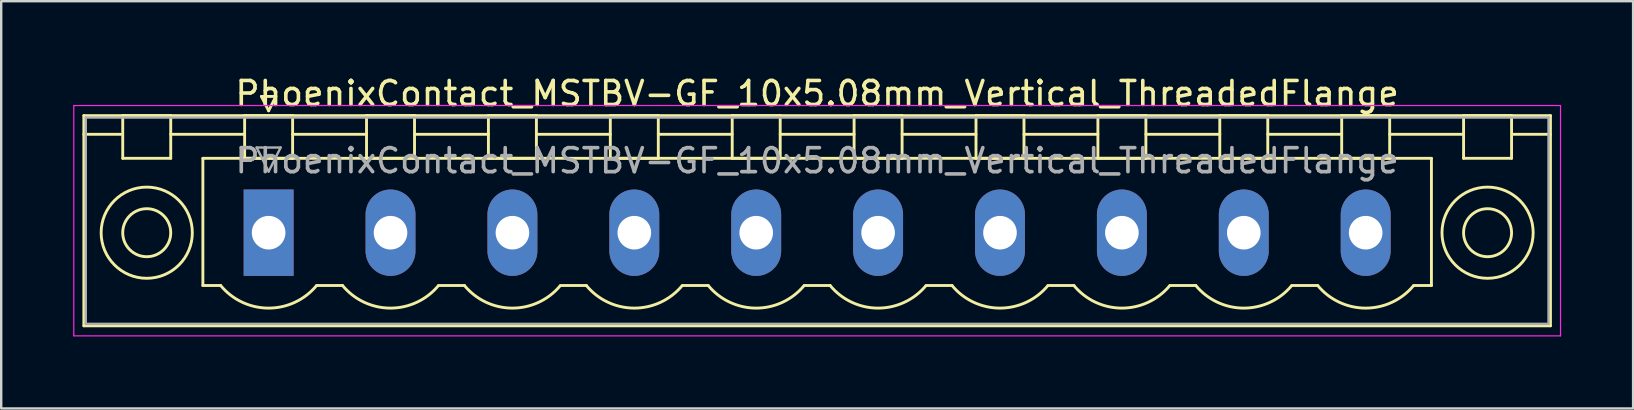
<source format=kicad_pcb>
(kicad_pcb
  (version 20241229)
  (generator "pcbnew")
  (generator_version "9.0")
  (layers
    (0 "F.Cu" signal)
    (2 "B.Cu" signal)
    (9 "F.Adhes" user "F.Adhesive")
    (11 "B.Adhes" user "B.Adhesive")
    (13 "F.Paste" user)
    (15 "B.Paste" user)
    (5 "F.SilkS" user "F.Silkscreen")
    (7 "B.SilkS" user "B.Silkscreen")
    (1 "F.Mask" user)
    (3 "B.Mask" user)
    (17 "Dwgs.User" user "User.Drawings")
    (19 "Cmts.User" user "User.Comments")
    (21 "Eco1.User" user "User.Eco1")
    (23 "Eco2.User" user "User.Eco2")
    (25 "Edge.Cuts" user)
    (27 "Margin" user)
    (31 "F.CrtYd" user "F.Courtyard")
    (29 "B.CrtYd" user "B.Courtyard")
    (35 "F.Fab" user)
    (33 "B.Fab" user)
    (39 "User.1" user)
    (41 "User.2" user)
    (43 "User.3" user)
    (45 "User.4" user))
  (footprint "PhoenixContact_MSTBV-GF_10x5.08mm_Vertical_ThreadedFlange"
    (layer "F.Cu")
    (at 8.145 6.648)
    (property "Reference" "PhoenixContact_MSTBV-GF_10x5.08mm_Vertical_ThreadedFlange" (at 22.86 -5.8 0) (layer "F.SilkS") (effects (font (size 1 1) (thickness 0.15))))
    (attr through_hole)
    (fp_line (start -7.7 -4.88) (end -7.7 3.88) (stroke (width 0.12) (type solid)) (layer "F.SilkS"))
    (fp_line (start -7.7 -4.1) (end -6.16 -4.1) (stroke (width 0.12) (type solid)) (layer "F.SilkS"))
    (fp_line (start -7.7 3.88) (end 53.42 3.88) (stroke (width 0.12) (type solid)) (layer "F.SilkS"))
    (fp_line (start -6.08 -4.88) (end -4.08 -4.88) (stroke (width 0.12) (type solid)) (layer "F.SilkS"))
    (fp_line (start -6.08 -3.1) (end -6.08 -4.88) (stroke (width 0.12) (type solid)) (layer "F.SilkS"))
    (fp_line (start -4.08 -4.88) (end -4.08 -3.1) (stroke (width 0.12) (type solid)) (layer "F.SilkS"))
    (fp_line (start -4.08 -4.1) (end -1 -4.1) (stroke (width 0.12) (type solid)) (layer "F.SilkS"))
    (fp_line (start -4.08 -3.1) (end -6.08 -3.1) (stroke (width 0.12) (type solid)) (layer "F.SilkS"))
    (fp_line (start -2.74 -3.1) (end 48.46 -3.1) (stroke (width 0.12) (type solid)) (layer "F.SilkS"))
    (fp_line (start -2.74 2.2) (end -2.74 -3.1) (stroke (width 0.12) (type solid)) (layer "F.SilkS"))
    (fp_line (start -2 2.2) (end -2.74 2.2) (stroke (width 0.12) (type solid)) (layer "F.SilkS"))
    (fp_line (start -1 -4.88) (end 1 -4.88) (stroke (width 0.12) (type solid)) (layer "F.SilkS"))
    (fp_line (start -1 -3.1) (end -1 -4.88) (stroke (width 0.12) (type solid)) (layer "F.SilkS"))
    (fp_line (start -0.3 -5.68) (end 0.3 -5.68) (stroke (width 0.12) (type solid)) (layer "F.SilkS"))
    (fp_line (start 0 -5.08) (end -0.3 -5.68) (stroke (width 0.12) (type solid)) (layer "F.SilkS"))
    (fp_line (start 0.3 -5.68) (end 0 -5.08) (stroke (width 0.12) (type solid)) (layer "F.SilkS"))
    (fp_line (start 1 -4.88) (end 1 -3.1) (stroke (width 0.12) (type solid)) (layer "F.SilkS"))
    (fp_line (start 1 -4.1) (end 4.08 -4.1) (stroke (width 0.12) (type solid)) (layer "F.SilkS"))
    (fp_line (start 1 -3.1) (end -1 -3.1) (stroke (width 0.12) (type solid)) (layer "F.SilkS"))
    (fp_line (start 2 2.2) (end 3.08 2.2) (stroke (width 0.12) (type solid)) (layer "F.SilkS"))
    (fp_line (start 4.08 -4.88) (end 6.08 -4.88) (stroke (width 0.12) (type solid)) (layer "F.SilkS"))
    (fp_line (start 4.08 -3.1) (end 4.08 -4.88) (stroke (width 0.12) (type solid)) (layer "F.SilkS"))
    (fp_line (start 6.08 -4.88) (end 6.08 -3.1) (stroke (width 0.12) (type solid)) (layer "F.SilkS"))
    (fp_line (start 6.08 -4.1) (end 9.16 -4.1) (stroke (width 0.12) (type solid)) (layer "F.SilkS"))
    (fp_line (start 6.08 -3.1) (end 4.08 -3.1) (stroke (width 0.12) (type solid)) (layer "F.SilkS"))
    (fp_line (start 7.08 2.2) (end 8.16 2.2) (stroke (width 0.12) (type solid)) (layer "F.SilkS"))
    (fp_line (start 9.16 -4.88) (end 11.16 -4.88) (stroke (width 0.12) (type solid)) (layer "F.SilkS"))
    (fp_line (start 9.16 -3.1) (end 9.16 -4.88) (stroke (width 0.12) (type solid)) (layer "F.SilkS"))
    (fp_line (start 11.16 -4.88) (end 11.16 -3.1) (stroke (width 0.12) (type solid)) (layer "F.SilkS"))
    (fp_line (start 11.16 -4.1) (end 14.24 -4.1) (stroke (width 0.12) (type solid)) (layer "F.SilkS"))
    (fp_line (start 11.16 -3.1) (end 9.16 -3.1) (stroke (width 0.12) (type solid)) (layer "F.SilkS"))
    (fp_line (start 12.16 2.2) (end 13.24 2.2) (stroke (width 0.12) (type solid)) (layer "F.SilkS"))
    (fp_line (start 14.24 -4.88) (end 16.24 -4.88) (stroke (width 0.12) (type solid)) (layer "F.SilkS"))
    (fp_line (start 14.24 -3.1) (end 14.24 -4.88) (stroke (width 0.12) (type solid)) (layer "F.SilkS"))
    (fp_line (start 16.24 -4.88) (end 16.24 -3.1) (stroke (width 0.12) (type solid)) (layer "F.SilkS"))
    (fp_line (start 16.24 -4.1) (end 19.32 -4.1) (stroke (width 0.12) (type solid)) (layer "F.SilkS"))
    (fp_line (start 16.24 -3.1) (end 14.24 -3.1) (stroke (width 0.12) (type solid)) (layer "F.SilkS"))
    (fp_line (start 17.24 2.2) (end 18.32 2.2) (stroke (width 0.12) (type solid)) (layer "F.SilkS"))
    (fp_line (start 19.32 -4.88) (end 21.32 -4.88) (stroke (width 0.12) (type solid)) (layer "F.SilkS"))
    (fp_line (start 19.32 -3.1) (end 19.32 -4.88) (stroke (width 0.12) (type solid)) (layer "F.SilkS"))
    (fp_line (start 21.32 -4.88) (end 21.32 -3.1) (stroke (width 0.12) (type solid)) (layer "F.SilkS"))
    (fp_line (start 21.32 -4.1) (end 24.4 -4.1) (stroke (width 0.12) (type solid)) (layer "F.SilkS"))
    (fp_line (start 21.32 -3.1) (end 19.32 -3.1) (stroke (width 0.12) (type solid)) (layer "F.SilkS"))
    (fp_line (start 22.32 2.2) (end 23.4 2.2) (stroke (width 0.12) (type solid)) (layer "F.SilkS"))
    (fp_line (start 24.4 -4.88) (end 26.4 -4.88) (stroke (width 0.12) (type solid)) (layer "F.SilkS"))
    (fp_line (start 24.4 -3.1) (end 24.4 -4.88) (stroke (width 0.12) (type solid)) (layer "F.SilkS"))
    (fp_line (start 26.4 -4.88) (end 26.4 -3.1) (stroke (width 0.12) (type solid)) (layer "F.SilkS"))
    (fp_line (start 26.4 -4.1) (end 29.48 -4.1) (stroke (width 0.12) (type solid)) (layer "F.SilkS"))
    (fp_line (start 26.4 -3.1) (end 24.4 -3.1) (stroke (width 0.12) (type solid)) (layer "F.SilkS"))
    (fp_line (start 27.4 2.2) (end 28.48 2.2) (stroke (width 0.12) (type solid)) (layer "F.SilkS"))
    (fp_line (start 29.48 -4.88) (end 31.48 -4.88) (stroke (width 0.12) (type solid)) (layer "F.SilkS"))
    (fp_line (start 29.48 -3.1) (end 29.48 -4.88) (stroke (width 0.12) (type solid)) (layer "F.SilkS"))
    (fp_line (start 31.48 -4.88) (end 31.48 -3.1) (stroke (width 0.12) (type solid)) (layer "F.SilkS"))
    (fp_line (start 31.48 -4.1) (end 34.56 -4.1) (stroke (width 0.12) (type solid)) (layer "F.SilkS"))
    (fp_line (start 31.48 -3.1) (end 29.48 -3.1) (stroke (width 0.12) (type solid)) (layer "F.SilkS"))
    (fp_line (start 32.48 2.2) (end 33.56 2.2) (stroke (width 0.12) (type solid)) (layer "F.SilkS"))
    (fp_line (start 34.56 -4.88) (end 36.56 -4.88) (stroke (width 0.12) (type solid)) (layer "F.SilkS"))
    (fp_line (start 34.56 -3.1) (end 34.56 -4.88) (stroke (width 0.12) (type solid)) (layer "F.SilkS"))
    (fp_line (start 36.56 -4.88) (end 36.56 -3.1) (stroke (width 0.12) (type solid)) (layer "F.SilkS"))
    (fp_line (start 36.56 -4.1) (end 39.64 -4.1) (stroke (width 0.12) (type solid)) (layer "F.SilkS"))
    (fp_line (start 36.56 -3.1) (end 34.56 -3.1) (stroke (width 0.12) (type solid)) (layer "F.SilkS"))
    (fp_line (start 37.56 2.2) (end 38.64 2.2) (stroke (width 0.12) (type solid)) (layer "F.SilkS"))
    (fp_line (start 39.64 -4.88) (end 41.64 -4.88) (stroke (width 0.12) (type solid)) (layer "F.SilkS"))
    (fp_line (start 39.64 -3.1) (end 39.64 -4.88) (stroke (width 0.12) (type solid)) (layer "F.SilkS"))
    (fp_line (start 41.64 -4.88) (end 41.64 -3.1) (stroke (width 0.12) (type solid)) (layer "F.SilkS"))
    (fp_line (start 41.64 -4.1) (end 44.72 -4.1) (stroke (width 0.12) (type solid)) (layer "F.SilkS"))
    (fp_line (start 41.64 -3.1) (end 39.64 -3.1) (stroke (width 0.12) (type solid)) (layer "F.SilkS"))
    (fp_line (start 42.64 2.2) (end 43.72 2.2) (stroke (width 0.12) (type solid)) (layer "F.SilkS"))
    (fp_line (start 44.72 -4.88) (end 46.72 -4.88) (stroke (width 0.12) (type solid)) (layer "F.SilkS"))
    (fp_line (start 44.72 -3.1) (end 44.72 -4.88) (stroke (width 0.12) (type solid)) (layer "F.SilkS"))
    (fp_line (start 46.72 -4.88) (end 46.72 -3.1) (stroke (width 0.12) (type solid)) (layer "F.SilkS"))
    (fp_line (start 46.72 -4.1) (end 49.8 -4.1) (stroke (width 0.12) (type solid)) (layer "F.SilkS"))
    (fp_line (start 46.72 -3.1) (end 44.72 -3.1) (stroke (width 0.12) (type solid)) (layer "F.SilkS"))
    (fp_line (start 48.46 -3.1) (end 48.46 2.2) (stroke (width 0.12) (type solid)) (layer "F.SilkS"))
    (fp_line (start 48.46 2.2) (end 47.72 2.2) (stroke (width 0.12) (type solid)) (layer "F.SilkS"))
    (fp_line (start 49.8 -4.88) (end 51.8 -4.88) (stroke (width 0.12) (type solid)) (layer "F.SilkS"))
    (fp_line (start 49.8 -3.1) (end 49.8 -4.88) (stroke (width 0.12) (type solid)) (layer "F.SilkS"))
    (fp_line (start 51.8 -4.88) (end 51.8 -3.1) (stroke (width 0.12) (type solid)) (layer "F.SilkS"))
    (fp_line (start 51.8 -3.1) (end 49.8 -3.1) (stroke (width 0.12) (type solid)) (layer "F.SilkS"))
    (fp_line (start 53.42 -4.88) (end -7.7 -4.88) (stroke (width 0.12) (type solid)) (layer "F.SilkS"))
    (fp_line (start 53.42 -4.1) (end 51.88 -4.1) (stroke (width 0.12) (type solid)) (layer "F.SilkS"))
    (fp_line (start 53.42 3.88) (end 53.42 -4.88) (stroke (width 0.12) (type solid)) (layer "F.SilkS"))
    (fp_arc (start 1.986842 2.215821) (mid -0.010289 3.142758) (end -2 2.2) (stroke (width 0.12) (type solid)) (layer "F.SilkS"))
    (fp_arc (start 7.066842 2.215821) (mid 5.069711 3.142758) (end 3.08 2.2) (stroke (width 0.12) (type solid)) (layer "F.SilkS"))
    (fp_arc (start 12.146842 2.215821) (mid 10.149711 3.142758) (end 8.16 2.2) (stroke (width 0.12) (type solid)) (layer "F.SilkS"))
    (fp_arc (start 17.226842 2.215821) (mid 15.229711 3.142758) (end 13.24 2.2) (stroke (width 0.12) (type solid)) (layer "F.SilkS"))
    (fp_arc (start 22.306842 2.215821) (mid 20.309711 3.142758) (end 18.32 2.2) (stroke (width 0.12) (type solid)) (layer "F.SilkS"))
    (fp_arc (start 27.386842 2.215821) (mid 25.389711 3.142758) (end 23.4 2.2) (stroke (width 0.12) (type solid)) (layer "F.SilkS"))
    (fp_arc (start 32.466842 2.215821) (mid 30.469711 3.142758) (end 28.48 2.2) (stroke (width 0.12) (type solid)) (layer "F.SilkS"))
    (fp_arc (start 37.546842 2.215821) (mid 35.549711 3.142758) (end 33.56 2.2) (stroke (width 0.12) (type solid)) (layer "F.SilkS"))
    (fp_arc (start 42.626842 2.215821) (mid 40.629711 3.142758) (end 38.64 2.2) (stroke (width 0.12) (type solid)) (layer "F.SilkS"))
    (fp_arc (start 47.706842 2.215821) (mid 45.709711 3.142758) (end 43.72 2.2) (stroke (width 0.12) (type solid)) (layer "F.SilkS"))
    (fp_circle (center -5.08 0) (end -4.08 0) (stroke (width 0.12) (type solid)) (fill no) (layer "F.SilkS"))
    (fp_circle (center -5.08 0) (end -3.18 0) (stroke (width 0.12) (type solid)) (fill no) (layer "F.SilkS"))
    (fp_circle (center 50.8 0) (end 51.8 0) (stroke (width 0.12) (type solid)) (fill no) (layer "F.SilkS"))
    (fp_circle (center 50.8 0) (end 52.7 0) (stroke (width 0.12) (type solid)) (fill no) (layer "F.SilkS"))
    (fp_line (start -8.12 -5.3) (end -8.12 4.3) (stroke (width 0.05) (type solid)) (layer "F.CrtYd"))
    (fp_line (start -8.12 4.3) (end 53.84 4.3) (stroke (width 0.05) (type solid)) (layer "F.CrtYd"))
    (fp_line (start 53.84 -5.3) (end -8.12 -5.3) (stroke (width 0.05) (type solid)) (layer "F.CrtYd"))
    (fp_line (start 53.84 4.3) (end 53.84 -5.3) (stroke (width 0.05) (type solid)) (layer "F.CrtYd"))
    (fp_line (start -7.62 -4.8) (end -7.62 3.8) (stroke (width 0.1) (type solid)) (layer "F.Fab"))
    (fp_line (start -7.62 3.8) (end 53.34 3.8) (stroke (width 0.1) (type solid)) (layer "F.Fab"))
    (fp_line (start -0.5 -3.55) (end 0.5 -3.55) (stroke (width 0.1) (type solid)) (layer "F.Fab"))
    (fp_line (start 0 -2.55) (end -0.5 -3.55) (stroke (width 0.1) (type solid)) (layer "F.Fab"))
    (fp_line (start 0.5 -3.55) (end 0 -2.55) (stroke (width 0.1) (type solid)) (layer "F.Fab"))
    (fp_line (start 53.34 -4.8) (end -7.62 -4.8) (stroke (width 0.1) (type solid)) (layer "F.Fab"))
    (fp_line (start 53.34 3.8) (end 53.34 -4.8) (stroke (width 0.1) (type solid)) (layer "F.Fab"))
    (fp_text user "${REFERENCE}" (at 22.86 -3 0) (layer "F.Fab") (effects (font (size 1 1) (thickness 0.15))))
    (pad "1" thru_hole rect (at 0 0) (size 2.08 3.6) (drill 1.4) (layers "*.Cu" "*.Mask"))
    (pad "2" thru_hole oval (at 5.08 0) (size 2.08 3.6) (drill 1.4) (layers "*.Cu" "*.Mask"))
    (pad "3" thru_hole oval (at 10.16 0) (size 2.08 3.6) (drill 1.4) (layers "*.Cu" "*.Mask"))
    (pad "4" thru_hole oval (at 15.24 0) (size 2.08 3.6) (drill 1.4) (layers "*.Cu" "*.Mask"))
    (pad "5" thru_hole oval (at 20.32 0) (size 2.08 3.6) (drill 1.4) (layers "*.Cu" "*.Mask"))
    (pad "6" thru_hole oval (at 25.4 0) (size 2.08 3.6) (drill 1.4) (layers "*.Cu" "*.Mask"))
    (pad "7" thru_hole oval (at 30.48 0) (size 2.08 3.6) (drill 1.4) (layers "*.Cu" "*.Mask"))
    (pad "8" thru_hole oval (at 35.56 0) (size 2.08 3.6) (drill 1.4) (layers "*.Cu" "*.Mask"))
    (pad "9" thru_hole oval (at 40.64 0) (size 2.08 3.6) (drill 1.4) (layers "*.Cu" "*.Mask"))
    (pad "10" thru_hole oval (at 45.72 0) (size 2.08 3.6) (drill 1.4) (layers "*.Cu" "*.Mask")))
  (gr_rect
    (start -3 -3)
    (end 65.01 13.973)
    (stroke (width 0.1) (type default))
    (fill no)
    (layer "Edge.Cuts")))
</source>
